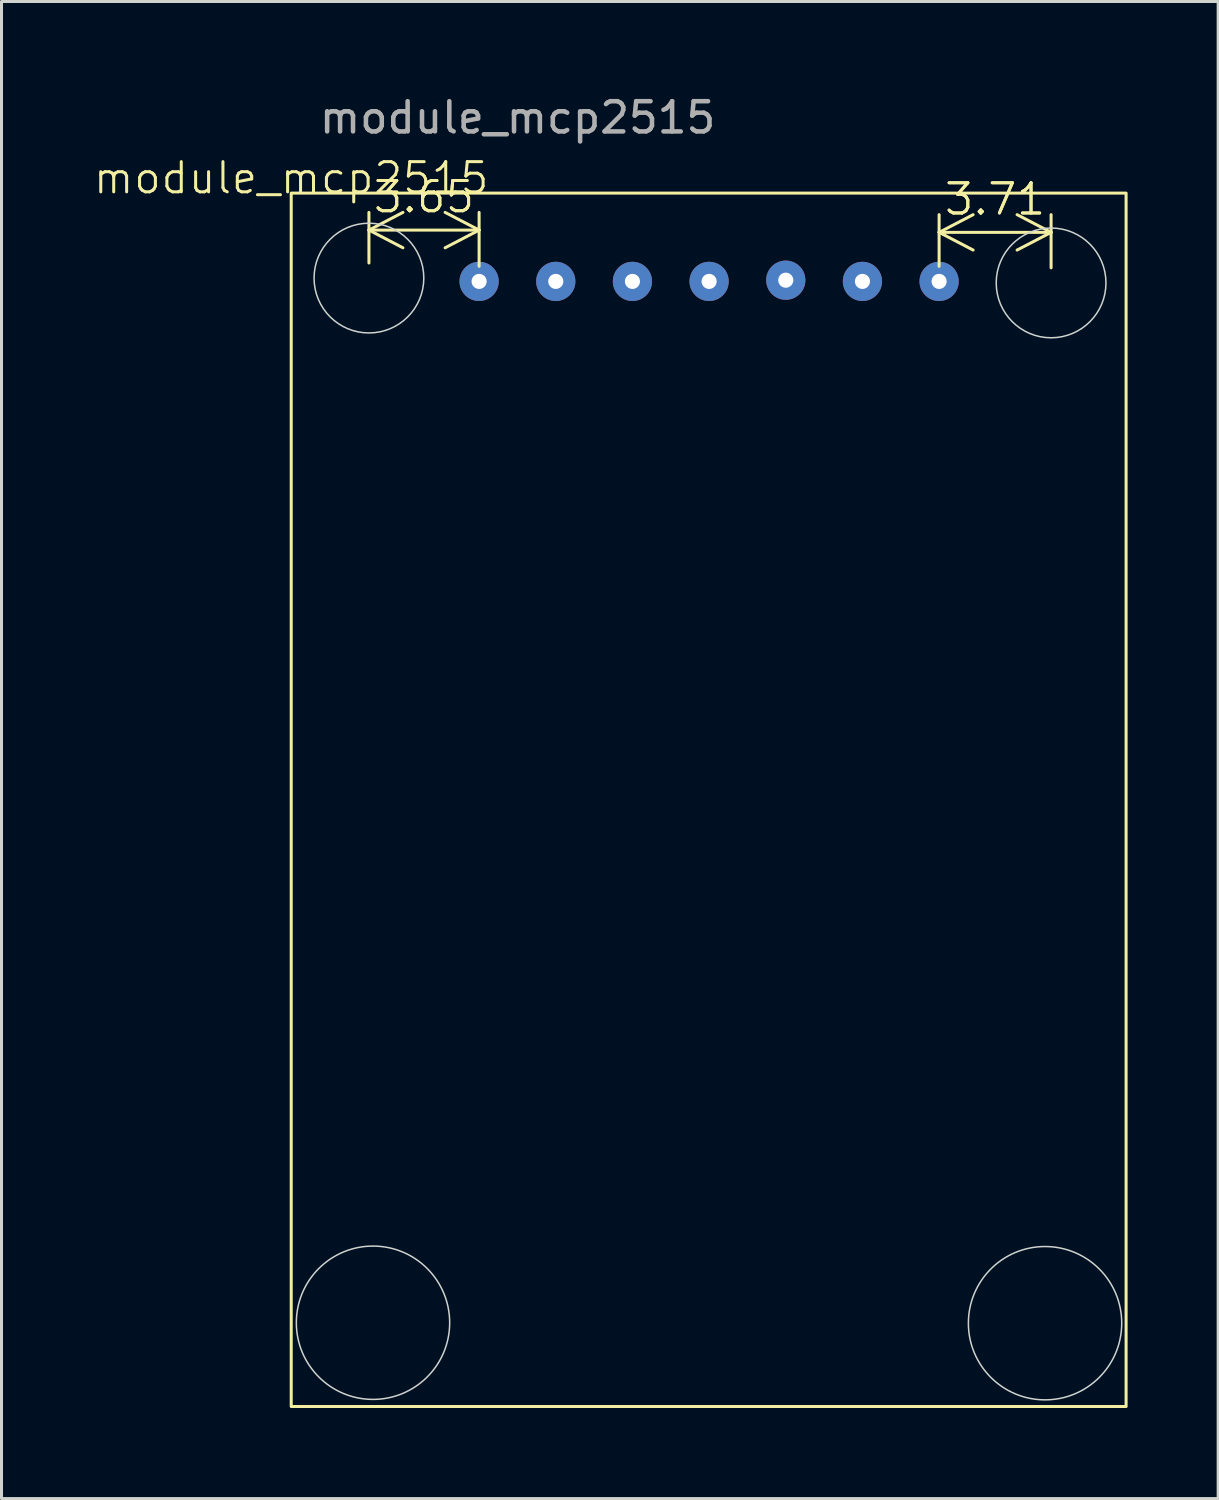
<source format=kicad_pcb>
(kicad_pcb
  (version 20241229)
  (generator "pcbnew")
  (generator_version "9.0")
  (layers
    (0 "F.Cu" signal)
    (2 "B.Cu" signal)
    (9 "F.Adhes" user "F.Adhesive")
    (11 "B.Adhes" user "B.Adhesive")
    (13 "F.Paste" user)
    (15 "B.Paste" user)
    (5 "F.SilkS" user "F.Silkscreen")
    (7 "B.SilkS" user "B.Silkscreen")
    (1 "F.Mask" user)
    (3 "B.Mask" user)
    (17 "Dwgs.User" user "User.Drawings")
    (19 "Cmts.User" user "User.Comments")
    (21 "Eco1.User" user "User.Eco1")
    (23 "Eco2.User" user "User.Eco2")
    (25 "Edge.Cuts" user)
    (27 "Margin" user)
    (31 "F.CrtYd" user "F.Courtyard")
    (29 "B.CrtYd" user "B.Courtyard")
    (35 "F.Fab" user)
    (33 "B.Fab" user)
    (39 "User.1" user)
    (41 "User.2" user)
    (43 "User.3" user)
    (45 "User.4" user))
  (footprint "module_mcp2515"
    (layer "F.Cu")
    (at 6.598 3.348)
    (property "Reference" "module_mcp2515" (at 0 -0.5 0) (unlocked yes) (layer "F.SilkS") (effects (font (size 1 1) (thickness 0.1))))
    (attr smd)
    (fp_rect (start 0 0) (end 27.66 40.2) (stroke (width 0.1) (type solid)) (fill no) (layer "F.SilkS"))
    (fp_circle (center 2.575 2.815) (end 2.475 1) (stroke (width 0.05) (type default)) (fill no) (layer "Edge.Cuts"))
    (fp_circle (center 2.71 37.425) (end 2.71 34.885) (stroke (width 0.05) (type default)) (fill no) (layer "Edge.Cuts"))
    (fp_circle (center 24.975 37.44) (end 27.515 37.44) (stroke (width 0.05) (type default)) (fill no) (layer "Edge.Cuts"))
    (fp_circle (center 25.175 2.975) (end 25.075 1.16) (stroke (width 0.05) (type default)) (fill no) (layer "Edge.Cuts"))
    (fp_text user "${REFERENCE}" (at 7.5 -2.5 0) (unlocked yes) (layer "F.Fab") (effects (font (size 1 1) (thickness 0.15))))
    (dimension (type orthogonal) (layer "F.SilkS") (pts (xy 12.823 6.273) (xy 9.173 6.163)) (height -1.7) (orientation 0) (format (prefix "") (suffix "") (units 3) (units_format 0) (precision 4) (suppress_zeroes yes)) (style (thickness 0.1) (arrow_length 1.27) (text_position_mode 0) (arrow_direction outward) (extension_height 0.586) (extension_offset 0.5) (keep_text_aligned yes)) (gr_text "3.65" (at 10.998 3.473 0) (layer "F.SilkS") (effects (font (size 1 1) (thickness 0.1)))))
    (dimension (type orthogonal) (layer "F.SilkS") (pts (xy 28.063 6.273) (xy 31.773 6.323)) (height -1.625) (orientation 0) (format (prefix "") (suffix "") (units 3) (units_format 0) (precision 4) (suppress_zeroes yes)) (style (thickness 0.1) (arrow_length 1.27) (text_position_mode 0) (arrow_direction outward) (extension_height 0.586) (extension_offset 0.5) (keep_text_aligned yes)) (gr_text "3.71" (at 29.918 3.548 0) (layer "F.SilkS") (effects (font (size 1 1) (thickness 0.1)))))
    (pad "1" thru_hole circle (at 6.225 2.925) (size 1.3 1.3) (drill 0.5) (layers "*.Cu" "*.Mask"))
    (pad "2" thru_hole circle (at 8.765 2.925) (size 1.3 1.3) (drill 0.5) (layers "*.Cu" "*.Mask"))
    (pad "3" thru_hole circle (at 11.305 2.925) (size 1.3 1.3) (drill 0.5) (layers "*.Cu" "*.Mask"))
    (pad "4" thru_hole circle (at 13.845 2.925) (size 1.3 1.3) (drill 0.5) (layers "*.Cu" "*.Mask"))
    (pad "5" thru_hole circle (at 16.385 2.885) (size 1.3 1.3) (drill 0.5) (layers "*.Cu" "*.Mask"))
    (pad "6" thru_hole circle (at 18.925 2.925) (size 1.3 1.3) (drill 0.5) (layers "*.Cu" "*.Mask"))
    (pad "7" thru_hole circle (at 21.465 2.925) (size 1.3 1.3) (drill 0.5) (layers "*.Cu" "*.Mask")))
  (gr_rect
    (start -3 -3)
    (end 37.308 46.598)
    (stroke (width 0.1) (type default))
    (fill no)
    (layer "Edge.Cuts")))
</source>
